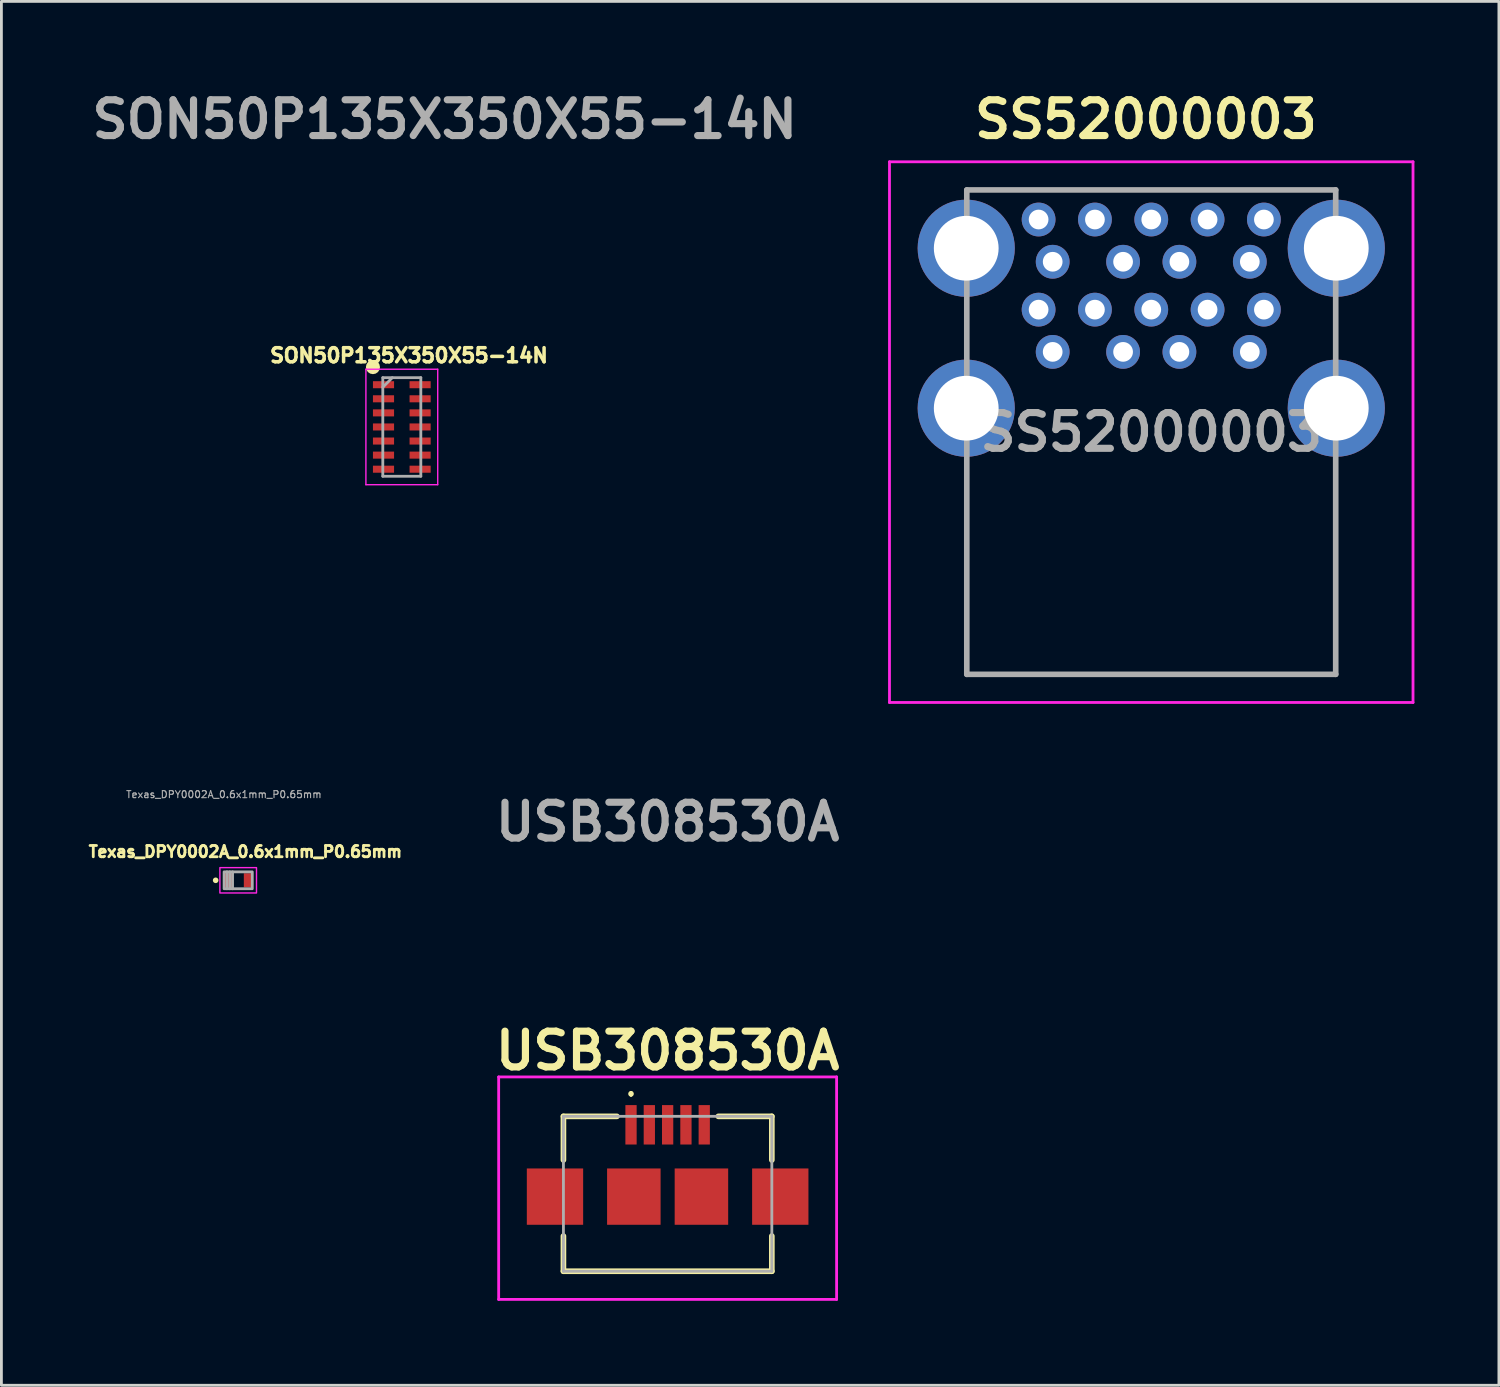
<source format=kicad_pcb>
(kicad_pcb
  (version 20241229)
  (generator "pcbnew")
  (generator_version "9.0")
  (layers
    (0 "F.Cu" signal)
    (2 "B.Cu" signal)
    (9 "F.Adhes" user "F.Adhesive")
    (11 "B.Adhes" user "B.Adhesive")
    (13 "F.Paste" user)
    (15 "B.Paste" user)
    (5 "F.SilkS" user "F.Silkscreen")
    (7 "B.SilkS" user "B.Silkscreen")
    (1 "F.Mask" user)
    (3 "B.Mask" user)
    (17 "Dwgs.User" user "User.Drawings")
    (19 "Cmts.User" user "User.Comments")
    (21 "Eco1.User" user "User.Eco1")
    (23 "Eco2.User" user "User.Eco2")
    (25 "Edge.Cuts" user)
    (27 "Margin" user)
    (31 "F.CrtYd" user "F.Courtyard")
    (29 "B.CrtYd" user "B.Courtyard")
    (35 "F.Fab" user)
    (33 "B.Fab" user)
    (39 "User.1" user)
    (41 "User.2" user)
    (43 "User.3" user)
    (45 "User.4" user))
  (footprint "SS52000003"
    (layer "F.Cu")
    (at 33.83 4.745)
    (property "Reference" "SS52000003" (at 3.81 -3.556 0) (layer "F.SilkS") (effects (font (size 1.27 1.27) (thickness 0.254))))
    (attr through_hole)
    (fp_line (start -2.55 8.75) (end -2.55 16.15) (stroke (width 0.1) (type solid)) (layer "F.SilkS"))
    (fp_line (start -2.55 16.15) (end 10.55 16.15) (stroke (width 0.1) (type solid)) (layer "F.SilkS"))
    (fp_line (start -2.37 -1.05) (end 10.43 -1.05) (stroke (width 0.1) (type solid)) (layer "F.SilkS"))
    (fp_line (start 10.55 16.15) (end 10.55 8.75) (stroke (width 0.1) (type solid)) (layer "F.SilkS"))
    (fp_line (start -5.295 -2.05) (end 13.295 -2.05) (stroke (width 0.1) (type solid)) (layer "F.CrtYd"))
    (fp_line (start -5.295 17.15) (end -5.295 -2.05) (stroke (width 0.1) (type solid)) (layer "F.CrtYd"))
    (fp_line (start 13.295 -2.05) (end 13.295 17.15) (stroke (width 0.1) (type solid)) (layer "F.CrtYd"))
    (fp_line (start 13.295 17.15) (end -5.295 17.15) (stroke (width 0.1) (type solid)) (layer "F.CrtYd"))
    (fp_line (start -2.55 -1.05) (end 10.55 -1.05) (stroke (width 0.2) (type solid)) (layer "F.Fab"))
    (fp_line (start -2.55 16.15) (end -2.55 -1.05) (stroke (width 0.2) (type solid)) (layer "F.Fab"))
    (fp_line (start 10.55 -1.05) (end 10.55 16.15) (stroke (width 0.2) (type solid)) (layer "F.Fab"))
    (fp_line (start 10.55 16.15) (end -2.55 16.15) (stroke (width 0.2) (type solid)) (layer "F.Fab"))
    (fp_text user "${REFERENCE}" (at 4 7.55 0) (layer "F.Fab") (effects (font (size 1.27 1.27) (thickness 0.254))))
    (pad "1" thru_hole circle (at 0 0) (size 1.2 1.2) (drill 0.7) (layers "*.Cu" "*.Mask"))
    (pad "2" thru_hole circle (at 2 0) (size 1.2 1.2) (drill 0.7) (layers "*.Cu" "*.Mask"))
    (pad "3" thru_hole circle (at 4 0) (size 1.2 1.2) (drill 0.7) (layers "*.Cu" "*.Mask"))
    (pad "4" thru_hole circle (at 6 0) (size 1.2 1.2) (drill 0.7) (layers "*.Cu" "*.Mask"))
    (pad "5" thru_hole circle (at 8 0) (size 1.2 1.2) (drill 0.7) (layers "*.Cu" "*.Mask"))
    (pad "6" thru_hole circle (at 0.5 1.5) (size 1.2 1.2) (drill 0.7) (layers "*.Cu" "*.Mask"))
    (pad "7" thru_hole circle (at 3 1.5) (size 1.2 1.2) (drill 0.7) (layers "*.Cu" "*.Mask"))
    (pad "8" thru_hole circle (at 5 1.5) (size 1.2 1.2) (drill 0.7) (layers "*.Cu" "*.Mask"))
    (pad "9" thru_hole circle (at 7.5 1.5) (size 1.2 1.2) (drill 0.7) (layers "*.Cu" "*.Mask"))
    (pad "10" thru_hole circle (at 0 3.2) (size 1.2 1.2) (drill 0.7) (layers "*.Cu" "*.Mask"))
    (pad "11" thru_hole circle (at 2 3.2) (size 1.2 1.2) (drill 0.7) (layers "*.Cu" "*.Mask"))
    (pad "12" thru_hole circle (at 4 3.2) (size 1.2 1.2) (drill 0.7) (layers "*.Cu" "*.Mask"))
    (pad "13" thru_hole circle (at 6 3.2) (size 1.2 1.2) (drill 0.7) (layers "*.Cu" "*.Mask"))
    (pad "14" thru_hole circle (at 8 3.2) (size 1.2 1.2) (drill 0.7) (layers "*.Cu" "*.Mask"))
    (pad "15" thru_hole circle (at 0.5 4.7) (size 1.2 1.2) (drill 0.7) (layers "*.Cu" "*.Mask"))
    (pad "16" thru_hole circle (at 3 4.7) (size 1.2 1.2) (drill 0.7) (layers "*.Cu" "*.Mask"))
    (pad "17" thru_hole circle (at 5 4.7) (size 1.2 1.2) (drill 0.7) (layers "*.Cu" "*.Mask"))
    (pad "18" thru_hole circle (at 7.5 4.7) (size 1.2 1.2) (drill 0.7) (layers "*.Cu" "*.Mask"))
    (pad "MH1" thru_hole circle (at -2.57 1.02) (size 3.45 3.45) (drill 2.3) (layers "*.Cu" "*.Mask"))
    (pad "MH2" thru_hole circle (at 10.57 1.02) (size 3.45 3.45) (drill 2.3) (layers "*.Cu" "*.Mask"))
    (pad "MH3" thru_hole circle (at -2.57 6.7) (size 3.45 3.45) (drill 2.3) (layers "*.Cu" "*.Mask"))
    (pad "MH4" thru_hole circle (at 10.57 6.7) (size 3.45 3.45) (drill 2.3) (layers "*.Cu" "*.Mask")))
  (footprint "SON50P135X350X55-14N"
    (layer "F.Cu")
    (at 11.218 12.111)
    (property "Reference" "SON50P135X350X55-14N" (at 0.254 -2.54 0) (layer "F.SilkS") (effects (font (size 0.5 0.5) (thickness 0.125))))
    (attr smd)
    (fp_circle (center -1.025 -2.125) (end -1.025 -2) (stroke (width 0.25) (type solid)) (fill no) (layer "F.SilkS"))
    (fp_line (start -1.275 -2.05) (end 1.275 -2.05) (stroke (width 0.05) (type solid)) (layer "F.CrtYd"))
    (fp_line (start -1.275 2.05) (end -1.275 -2.05) (stroke (width 0.05) (type solid)) (layer "F.CrtYd"))
    (fp_line (start 1.275 -2.05) (end 1.275 2.05) (stroke (width 0.05) (type solid)) (layer "F.CrtYd"))
    (fp_line (start 1.275 2.05) (end -1.275 2.05) (stroke (width 0.05) (type solid)) (layer "F.CrtYd"))
    (fp_line (start -0.675 -1.75) (end 0.675 -1.75) (stroke (width 0.1) (type solid)) (layer "F.Fab"))
    (fp_line (start -0.675 -1.412) (end -0.338 -1.75) (stroke (width 0.1) (type solid)) (layer "F.Fab"))
    (fp_line (start -0.675 1.75) (end -0.675 -1.75) (stroke (width 0.1) (type solid)) (layer "F.Fab"))
    (fp_line (start 0.675 -1.75) (end 0.675 1.75) (stroke (width 0.1) (type solid)) (layer "F.Fab"))
    (fp_line (start 0.675 1.75) (end -0.675 1.75) (stroke (width 0.1) (type solid)) (layer "F.Fab"))
    (fp_text user "${REFERENCE}" (at 1.524 -10.922 0) (layer "F.Fab") (effects (font (size 1.27 1.27) (thickness 0.254))))
    (pad "1" smd rect (at -0.65 -1.5 90) (size 0.25 0.75) (layers "F.Cu" "F.Mask" "F.Paste"))
    (pad "2" smd rect (at -0.65 -1 90) (size 0.25 0.75) (layers "F.Cu" "F.Mask" "F.Paste"))
    (pad "3" smd rect (at -0.65 -0.5 90) (size 0.25 0.75) (layers "F.Cu" "F.Mask" "F.Paste"))
    (pad "4" smd rect (at -0.65 0 90) (size 0.25 0.75) (layers "F.Cu" "F.Mask" "F.Paste"))
    (pad "5" smd rect (at -0.65 0.5 90) (size 0.25 0.75) (layers "F.Cu" "F.Mask" "F.Paste"))
    (pad "6" smd rect (at -0.65 1 90) (size 0.25 0.75) (layers "F.Cu" "F.Mask" "F.Paste"))
    (pad "7" smd rect (at -0.65 1.5 90) (size 0.25 0.75) (layers "F.Cu" "F.Mask" "F.Paste"))
    (pad "8" smd rect (at 0.65 1.5 90) (size 0.25 0.75) (layers "F.Cu" "F.Mask" "F.Paste"))
    (pad "9" smd rect (at 0.65 1 90) (size 0.25 0.75) (layers "F.Cu" "F.Mask" "F.Paste"))
    (pad "10" smd rect (at 0.65 0.5 90) (size 0.25 0.75) (layers "F.Cu" "F.Mask" "F.Paste"))
    (pad "11" smd rect (at 0.65 0 90) (size 0.25 0.75) (layers "F.Cu" "F.Mask" "F.Paste"))
    (pad "12" smd rect (at 0.65 -0.5 90) (size 0.25 0.75) (layers "F.Cu" "F.Mask" "F.Paste"))
    (pad "13" smd rect (at 0.65 -1 90) (size 0.25 0.75) (layers "F.Cu" "F.Mask" "F.Paste"))
    (pad "14" smd rect (at 0.65 -1.5 90) (size 0.25 0.75) (layers "F.Cu" "F.Mask" "F.Paste")))
  (footprint "Texas_DPY0002A_0.6x1mm_P0.65mm"
    (layer "F.Cu")
    (at 5.408 28.209)
    (property "Reference" "Texas_DPY0002A_0.6x1mm_P0.65mm" (at 0.254 -1.016 0) (unlocked yes) (layer "F.SilkS") (effects (font (size 0.4 0.4) (thickness 0.1))))
    (attr smd)
    (fp_circle (center -0.8 0) (end -0.75 0) (stroke (width 0.1) (type solid)) (fill no) (layer "F.SilkS"))
    (fp_rect (start -0.65 -0.45) (end 0.65 0.45) (stroke (width 0.05) (type solid)) (fill no) (layer "F.CrtYd"))
    (fp_line (start -0.4 0.3) (end -0.4 -0.3) (stroke (width 0.1) (type solid)) (layer "F.Fab"))
    (fp_line (start -0.3 0.3) (end -0.3 -0.3) (stroke (width 0.1) (type solid)) (layer "F.Fab"))
    (fp_line (start -0.2 0.3) (end -0.2 -0.3) (stroke (width 0.1) (type solid)) (layer "F.Fab"))
    (fp_rect (start -0.5 -0.3) (end 0.5 0.3) (stroke (width 0.1) (type solid)) (fill no) (layer "F.Fab"))
    (fp_text user "${REFERENCE}" (at -0.508 -3.048 0) (layer "F.Fab") (effects (font (size 0.25 0.25) (thickness 0.04))))
    (pad "1" smd rect (at -0.35 0) (size 0.3 0.5) (layers "F.Cu" "F.Mask" "F.Paste"))
    (pad "2" smd rect (at 0.35 0) (size 0.3 0.5) (layers "F.Cu" "F.Mask" "F.Paste")))
  (footprint "USB308530A"
    (layer "F.Cu")
    (at 20.657 39.341)
    (property "Reference" "USB308530A" (at 0 -5.08 0) (layer "F.SilkS") (effects (font (size 1.27 1.27) (thickness 0.254))))
    (attr smd)
    (fp_line (start -3.7 -2.75) (end -1.8 -2.75) (stroke (width 0.2) (type solid)) (layer "F.SilkS"))
    (fp_line (start -3.7 -1.2) (end -3.7 -2.75) (stroke (width 0.2) (type solid)) (layer "F.SilkS"))
    (fp_line (start -3.7 1.5) (end -3.7 2.75) (stroke (width 0.2) (type solid)) (layer "F.SilkS"))
    (fp_line (start -3.7 2.75) (end 3.7 2.75) (stroke (width 0.2) (type solid)) (layer "F.SilkS"))
    (fp_line (start -1.3 -3.6) (end -1.3 -3.6) (stroke (width 0.1) (type solid)) (layer "F.SilkS"))
    (fp_line (start -1.3 -3.5) (end -1.3 -3.5) (stroke (width 0.1) (type solid)) (layer "F.SilkS"))
    (fp_line (start 1.8 -2.75) (end 3.7 -2.75) (stroke (width 0.2) (type solid)) (layer "F.SilkS"))
    (fp_line (start 3.7 -2.75) (end 3.7 -1.2) (stroke (width 0.2) (type solid)) (layer "F.SilkS"))
    (fp_line (start 3.7 2.75) (end 3.7 1.5) (stroke (width 0.2) (type solid)) (layer "F.SilkS"))
    (fp_arc (start -1.3 -3.6) (mid -1.25 -3.55) (end -1.3 -3.5) (stroke (width 0.1) (type solid)) (layer "F.SilkS"))
    (fp_arc (start -1.3 -3.5) (mid -1.35 -3.55) (end -1.3 -3.6) (stroke (width 0.1) (type solid)) (layer "F.SilkS"))
    (fp_line (start -6 -4.15) (end 6 -4.15) (stroke (width 0.1) (type solid)) (layer "F.CrtYd"))
    (fp_line (start -6 3.75) (end -6 -4.15) (stroke (width 0.1) (type solid)) (layer "F.CrtYd"))
    (fp_line (start 6 -4.15) (end 6 3.75) (stroke (width 0.1) (type solid)) (layer "F.CrtYd"))
    (fp_line (start 6 3.75) (end -6 3.75) (stroke (width 0.1) (type solid)) (layer "F.CrtYd"))
    (fp_line (start -3.7 -2.75) (end 3.7 -2.75) (stroke (width 0.1) (type solid)) (layer "F.Fab"))
    (fp_line (start -3.7 2.75) (end -3.7 -2.75) (stroke (width 0.1) (type solid)) (layer "F.Fab"))
    (fp_line (start 3.7 -2.75) (end 3.7 2.75) (stroke (width 0.1) (type solid)) (layer "F.Fab"))
    (fp_line (start 3.7 2.75) (end -3.7 2.75) (stroke (width 0.1) (type solid)) (layer "F.Fab"))
    (fp_text user "${REFERENCE}" (at 0 -13.208 0) (layer "F.Fab") (effects (font (size 1.27 1.27) (thickness 0.254))))
    (pad "1" smd rect (at -1.3 -2.45) (size 0.4 1.4) (layers "F.Cu" "F.Mask" "F.Paste"))
    (pad "2" smd rect (at -0.65 -2.45) (size 0.4 1.4) (layers "F.Cu" "F.Mask" "F.Paste"))
    (pad "3" smd rect (at 0 -2.45) (size 0.4 1.4) (layers "F.Cu" "F.Mask" "F.Paste"))
    (pad "4" smd rect (at 0.65 -2.45) (size 0.4 1.4) (layers "F.Cu" "F.Mask" "F.Paste"))
    (pad "5" smd rect (at 1.3 -2.45) (size 0.4 1.4) (layers "F.Cu" "F.Mask" "F.Paste"))
    (pad "MP1" smd rect (at -4 0.1 90) (size 2 2) (layers "F.Cu" "F.Mask" "F.Paste"))
    (pad "MP2" smd rect (at 4 0.1 90) (size 2 2) (layers "F.Cu" "F.Mask" "F.Paste"))
    (pad "MP3" smd rect (at -1.2 0.1) (size 1.9 2) (layers "F.Cu" "F.Mask" "F.Paste"))
    (pad "MP4" smd rect (at 1.2 0.1) (size 1.9 2) (layers "F.Cu" "F.Mask" "F.Paste")))
  (gr_rect
    (start -3 -3)
    (end 50.175 46.141)
    (stroke (width 0.1) (type default))
    (fill no)
    (layer "Edge.Cuts")))
</source>
